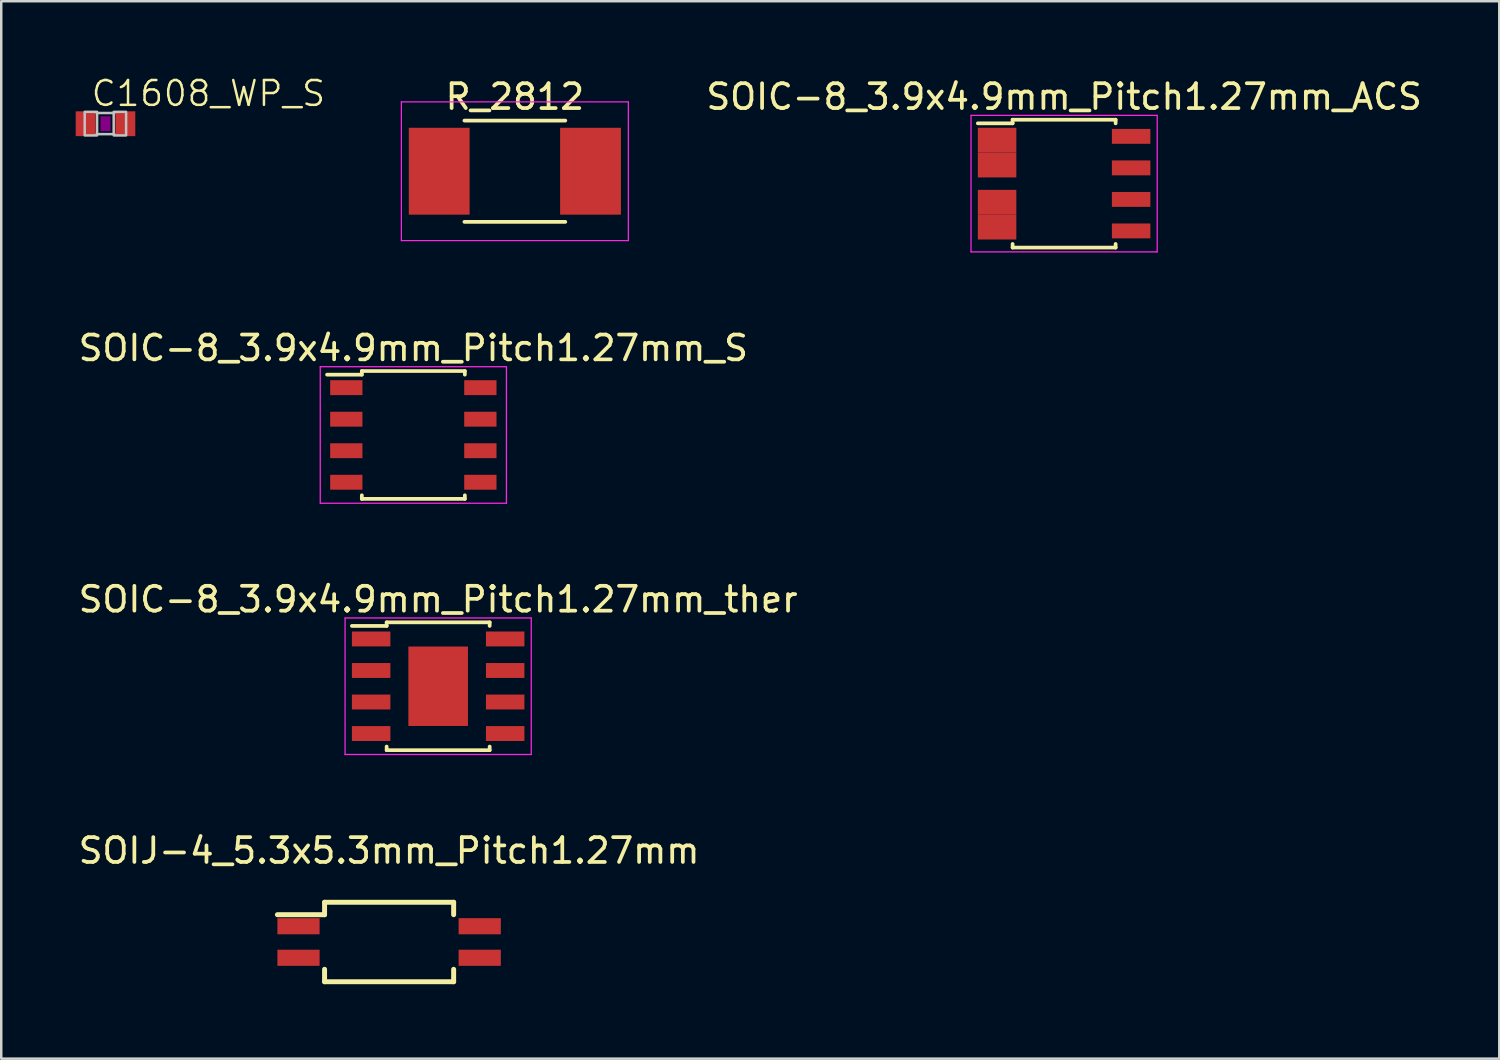
<source format=kicad_pcb>
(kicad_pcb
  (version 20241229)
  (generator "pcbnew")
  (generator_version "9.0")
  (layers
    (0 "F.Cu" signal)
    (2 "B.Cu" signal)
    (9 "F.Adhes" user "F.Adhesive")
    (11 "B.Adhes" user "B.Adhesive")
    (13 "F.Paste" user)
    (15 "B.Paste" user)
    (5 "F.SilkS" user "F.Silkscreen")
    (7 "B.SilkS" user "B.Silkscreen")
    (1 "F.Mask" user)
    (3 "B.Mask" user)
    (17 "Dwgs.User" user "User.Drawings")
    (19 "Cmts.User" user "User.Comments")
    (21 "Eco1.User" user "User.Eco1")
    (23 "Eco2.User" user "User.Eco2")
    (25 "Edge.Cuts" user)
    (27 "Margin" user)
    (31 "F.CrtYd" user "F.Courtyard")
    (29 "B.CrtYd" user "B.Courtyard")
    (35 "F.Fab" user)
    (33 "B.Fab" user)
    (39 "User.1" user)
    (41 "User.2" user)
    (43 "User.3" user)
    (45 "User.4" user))
  (footprint "SOIJ-4_5.3x5.3mm_Pitch1.27mm"
    (layer "F.Cu")
    (at 12.625 34.898)
    (property "Reference" "SOIJ-4_5.3x5.3mm_Pitch1.27mm" (at 0 -3.68 0) (layer "F.SilkS") (effects (font (size 1 1) (thickness 0.15))))
    (attr smd)
    (fp_line (start -4.5 -1.1) (end -2.6 -1.1) (stroke (width 0.2) (type solid)) (layer "F.SilkS"))
    (fp_line (start -2.6 -1.6) (end 2.6 -1.6) (stroke (width 0.2) (type solid)) (layer "F.SilkS"))
    (fp_line (start -2.6 -1.1) (end -2.6 -1.6) (stroke (width 0.2) (type solid)) (layer "F.SilkS"))
    (fp_line (start -2.6 1.1) (end -2.6 1.6) (stroke (width 0.2) (type solid)) (layer "F.SilkS"))
    (fp_line (start -2.6 1.6) (end 2.6 1.6) (stroke (width 0.2) (type solid)) (layer "F.SilkS"))
    (fp_line (start 2.6 -1.6) (end 2.6 -1.1) (stroke (width 0.2) (type solid)) (layer "F.SilkS"))
    (fp_line (start 2.6 1.6) (end 2.6 1.1) (stroke (width 0.2) (type solid)) (layer "F.SilkS"))
    (pad "1" smd rect (at -3.65 -0.635) (size 1.7 0.65) (layers "F.Cu" "F.Mask" "F.Paste"))
    (pad "2" smd rect (at -3.65 0.635) (size 1.7 0.65) (layers "F.Cu" "F.Mask" "F.Paste"))
    (pad "3" smd rect (at 3.65 0.635) (size 1.7 0.65) (layers "F.Cu" "F.Mask" "F.Paste"))
    (pad "4" smd rect (at 3.65 -0.635) (size 1.7 0.65) (layers "F.Cu" "F.Mask" "F.Paste")))
  (footprint "SOIC-8_3.9x4.9mm_Pitch1.27mm_ther"
    (layer "F.Cu")
    (at 14.601 24.595)
    (property "Reference" "SOIC-8_3.9x4.9mm_Pitch1.27mm_ther" (at 0 -3.5 0) (layer "F.SilkS") (effects (font (size 1 1) (thickness 0.15))))
    (attr smd)
    (fp_line (start -2.075 -2.575) (end -2.075 -2.43) (stroke (width 0.15) (type solid)) (layer "F.SilkS"))
    (fp_line (start -2.075 -2.575) (end 2.075 -2.575) (stroke (width 0.15) (type solid)) (layer "F.SilkS"))
    (fp_line (start -2.075 -2.43) (end -3.475 -2.43) (stroke (width 0.15) (type solid)) (layer "F.SilkS"))
    (fp_line (start -2.075 2.575) (end -2.075 2.43) (stroke (width 0.15) (type solid)) (layer "F.SilkS"))
    (fp_line (start -2.075 2.575) (end 2.075 2.575) (stroke (width 0.15) (type solid)) (layer "F.SilkS"))
    (fp_line (start 2.075 -2.575) (end 2.075 -2.43) (stroke (width 0.15) (type solid)) (layer "F.SilkS"))
    (fp_line (start 2.075 2.575) (end 2.075 2.43) (stroke (width 0.15) (type solid)) (layer "F.SilkS"))
    (fp_line (start -3.75 -2.75) (end -3.75 2.75) (stroke (width 0.05) (type solid)) (layer "F.CrtYd"))
    (fp_line (start -3.75 -2.75) (end 3.75 -2.75) (stroke (width 0.05) (type solid)) (layer "F.CrtYd"))
    (fp_line (start -3.75 2.75) (end 3.75 2.75) (stroke (width 0.05) (type solid)) (layer "F.CrtYd"))
    (fp_line (start 3.75 -2.75) (end 3.75 2.75) (stroke (width 0.05) (type solid)) (layer "F.CrtYd"))
    (pad "1" smd rect (at -2.7 -1.905) (size 1.55 0.6) (layers "F.Cu" "F.Mask" "F.Paste"))
    (pad "2" smd rect (at -2.7 -0.635) (size 1.55 0.6) (layers "F.Cu" "F.Mask" "F.Paste"))
    (pad "3" smd rect (at -2.7 0.635) (size 1.55 0.6) (layers "F.Cu" "F.Mask" "F.Paste"))
    (pad "4" smd rect (at -2.7 1.905) (size 1.55 0.6) (layers "F.Cu" "F.Mask" "F.Paste"))
    (pad "5" smd rect (at 2.7 1.905) (size 1.55 0.6) (layers "F.Cu" "F.Mask" "F.Paste"))
    (pad "6" smd rect (at 2.7 0.635) (size 1.55 0.6) (layers "F.Cu" "F.Mask" "F.Paste"))
    (pad "7" smd rect (at 2.7 -0.635) (size 1.55 0.6) (layers "F.Cu" "F.Mask" "F.Paste"))
    (pad "8" smd rect (at 2.7 -1.905) (size 1.55 0.6) (layers "F.Cu" "F.Mask" "F.Paste"))
    (pad "9" smd rect (at 0 0) (size 2.4 3.2) (layers "F.Cu" "F.Mask" "F.Paste")))
  (footprint "C1608_WP_S"
    (layer "F.Cu")
    (at 1.2 1.935)
    (property "Reference" "C1608_WP_S" (at -0.635 -0.635 0) (layer "F.SilkS") (effects (font (size 1 1) (thickness 0.1)) (justify left bottom)))
    (attr through_hole)
    (fp_poly (pts (xy -0.2 0.3) (xy 0.2 0.3) (xy 0.2 -0.3) (xy -0.2 -0.3)) (stroke (width 0) (type solid)) (fill yes) (layer "F.Adhes"))
    (fp_line (start -0.356 -0.432) (end 0.356 -0.432) (stroke (width 0.102) (type solid)) (layer "Dwgs.User"))
    (fp_line (start -0.356 0.419) (end 0.356 0.419) (stroke (width 0.102) (type solid)) (layer "Dwgs.User"))
    (fp_poly (pts (xy -0.838 0.47) (xy -0.338 0.47) (xy -0.338 -0.48) (xy -0.838 -0.48)) (stroke (width 0.1) (type solid)) (fill no) (layer "Dwgs.User"))
    (fp_poly (pts (xy 0.33 0.47) (xy 0.83 0.47) (xy 0.83 -0.48) (xy 0.33 -0.48)) (stroke (width 0.1) (type solid)) (fill no) (layer "Dwgs.User"))
    (pad "1" smd rect (at -0.8 0) (size 0.8 1) (layers "F.Cu" "F.Mask" "F.Paste"))
    (pad "2" smd rect (at 0.8 0) (size 0.8 1) (layers "F.Cu" "F.Mask" "F.Paste")))
  (footprint "SOIC-8_3.9x4.9mm_Pitch1.27mm_ACS"
    (layer "F.Cu")
    (at 39.817 4.348)
    (property "Reference" "SOIC-8_3.9x4.9mm_Pitch1.27mm_ACS" (at 0 -3.5 0) (layer "F.SilkS") (effects (font (size 1 1) (thickness 0.15))))
    (attr smd)
    (fp_line (start -2.075 -2.575) (end -2.075 -2.43) (stroke (width 0.15) (type solid)) (layer "F.SilkS"))
    (fp_line (start -2.075 -2.575) (end 2.075 -2.575) (stroke (width 0.15) (type solid)) (layer "F.SilkS"))
    (fp_line (start -2.075 -2.43) (end -3.475 -2.43) (stroke (width 0.15) (type solid)) (layer "F.SilkS"))
    (fp_line (start -2.075 2.575) (end -2.075 2.43) (stroke (width 0.15) (type solid)) (layer "F.SilkS"))
    (fp_line (start -2.075 2.575) (end 2.075 2.575) (stroke (width 0.15) (type solid)) (layer "F.SilkS"))
    (fp_line (start 2.075 -2.575) (end 2.075 -2.43) (stroke (width 0.15) (type solid)) (layer "F.SilkS"))
    (fp_line (start 2.075 2.575) (end 2.075 2.43) (stroke (width 0.15) (type solid)) (layer "F.SilkS"))
    (fp_line (start -3.75 -2.75) (end -3.75 2.75) (stroke (width 0.05) (type solid)) (layer "F.CrtYd"))
    (fp_line (start -3.75 -2.75) (end 3.75 -2.75) (stroke (width 0.05) (type solid)) (layer "F.CrtYd"))
    (fp_line (start -3.75 2.75) (end 3.75 2.75) (stroke (width 0.05) (type solid)) (layer "F.CrtYd"))
    (fp_line (start 3.75 -2.75) (end 3.75 2.75) (stroke (width 0.05) (type solid)) (layer "F.CrtYd"))
    (pad "1" smd rect (at -2.7 -1.75) (size 1.55 1) (layers "F.Cu" "F.Mask" "F.Paste"))
    (pad "2" smd rect (at -2.7 -0.75) (size 1.55 1) (layers "F.Cu" "F.Mask" "F.Paste"))
    (pad "3" smd rect (at -2.7 0.75) (size 1.55 1) (layers "F.Cu" "F.Mask" "F.Paste"))
    (pad "4" smd rect (at -2.7 1.75) (size 1.55 1) (layers "F.Cu" "F.Mask" "F.Paste"))
    (pad "5" smd rect (at 2.7 1.905) (size 1.55 0.6) (layers "F.Cu" "F.Mask" "F.Paste"))
    (pad "6" smd rect (at 2.7 0.635) (size 1.55 0.6) (layers "F.Cu" "F.Mask" "F.Paste"))
    (pad "7" smd rect (at 2.7 -0.635) (size 1.55 0.6) (layers "F.Cu" "F.Mask" "F.Paste"))
    (pad "8" smd rect (at 2.7 -1.905) (size 1.55 0.6) (layers "F.Cu" "F.Mask" "F.Paste")))
  (footprint "SOIC-8_3.9x4.9mm_Pitch1.27mm_S"
    (layer "F.Cu")
    (at 13.601 14.472)
    (property "Reference" "SOIC-8_3.9x4.9mm_Pitch1.27mm_S" (at 0 -3.5 0) (layer "F.SilkS") (effects (font (size 1 1) (thickness 0.15))))
    (attr smd)
    (fp_line (start -2.075 -2.575) (end -2.075 -2.43) (stroke (width 0.15) (type solid)) (layer "F.SilkS"))
    (fp_line (start -2.075 -2.575) (end 2.075 -2.575) (stroke (width 0.15) (type solid)) (layer "F.SilkS"))
    (fp_line (start -2.075 -2.43) (end -3.475 -2.43) (stroke (width 0.15) (type solid)) (layer "F.SilkS"))
    (fp_line (start -2.075 2.575) (end -2.075 2.43) (stroke (width 0.15) (type solid)) (layer "F.SilkS"))
    (fp_line (start -2.075 2.575) (end 2.075 2.575) (stroke (width 0.15) (type solid)) (layer "F.SilkS"))
    (fp_line (start 2.075 -2.575) (end 2.075 -2.43) (stroke (width 0.15) (type solid)) (layer "F.SilkS"))
    (fp_line (start 2.075 2.575) (end 2.075 2.43) (stroke (width 0.15) (type solid)) (layer "F.SilkS"))
    (fp_line (start -3.75 -2.75) (end -3.75 2.75) (stroke (width 0.05) (type solid)) (layer "F.CrtYd"))
    (fp_line (start -3.75 -2.75) (end 3.75 -2.75) (stroke (width 0.05) (type solid)) (layer "F.CrtYd"))
    (fp_line (start -3.75 2.75) (end 3.75 2.75) (stroke (width 0.05) (type solid)) (layer "F.CrtYd"))
    (fp_line (start 3.75 -2.75) (end 3.75 2.75) (stroke (width 0.05) (type solid)) (layer "F.CrtYd"))
    (pad "1" smd rect (at -2.7 -1.905) (size 1.3 0.6) (layers "F.Cu" "F.Mask" "F.Paste"))
    (pad "2" smd rect (at -2.7 -0.635) (size 1.3 0.6) (layers "F.Cu" "F.Mask" "F.Paste"))
    (pad "3" smd rect (at -2.7 0.635) (size 1.3 0.6) (layers "F.Cu" "F.Mask" "F.Paste"))
    (pad "4" smd rect (at -2.7 1.905) (size 1.3 0.6) (layers "F.Cu" "F.Mask" "F.Paste"))
    (pad "5" smd rect (at 2.7 1.905) (size 1.3 0.6) (layers "F.Cu" "F.Mask" "F.Paste"))
    (pad "6" smd rect (at 2.7 0.635) (size 1.3 0.6) (layers "F.Cu" "F.Mask" "F.Paste"))
    (pad "7" smd rect (at 2.7 -0.635) (size 1.3 0.6) (layers "F.Cu" "F.Mask" "F.Paste"))
    (pad "8" smd rect (at 2.7 -1.905) (size 1.3 0.6) (layers "F.Cu" "F.Mask" "F.Paste")))
  (footprint "R_2812"
    (layer "F.Cu")
    (at 17.691 3.848)
    (property "Reference" "R_2812" (at 0 -3 0) (layer "F.SilkS") (effects (font (size 1 1) (thickness 0.15))))
    (attr smd)
    (fp_line (start -2.032 -2.04) (end 2.032 -2.04) (stroke (width 0.15) (type solid)) (layer "F.SilkS"))
    (fp_line (start -2.032 2.04) (end 2.032 2.04) (stroke (width 0.15) (type solid)) (layer "F.SilkS"))
    (fp_line (start -4.572 -2.794) (end 4.572 -2.794) (stroke (width 0.05) (type solid)) (layer "F.CrtYd"))
    (fp_line (start -4.572 2.794) (end -4.572 -2.794) (stroke (width 0.05) (type solid)) (layer "F.CrtYd"))
    (fp_line (start 4.572 -2.794) (end 4.572 2.794) (stroke (width 0.05) (type solid)) (layer "F.CrtYd"))
    (fp_line (start 4.572 2.794) (end -4.572 2.794) (stroke (width 0.05) (type solid)) (layer "F.CrtYd"))
    (pad "1" smd rect (at -3.048 0) (size 2.45 3.5) (layers "F.Cu" "F.Mask" "F.Paste"))
    (pad "2" smd rect (at 3.048 0) (size 2.45 3.5) (layers "F.Cu" "F.Mask" "F.Paste")))
  (gr_rect
    (start -3 -3)
    (end 57.347 39.598)
    (stroke (width 0.1) (type default))
    (fill no)
    (layer "Edge.Cuts")))
</source>
